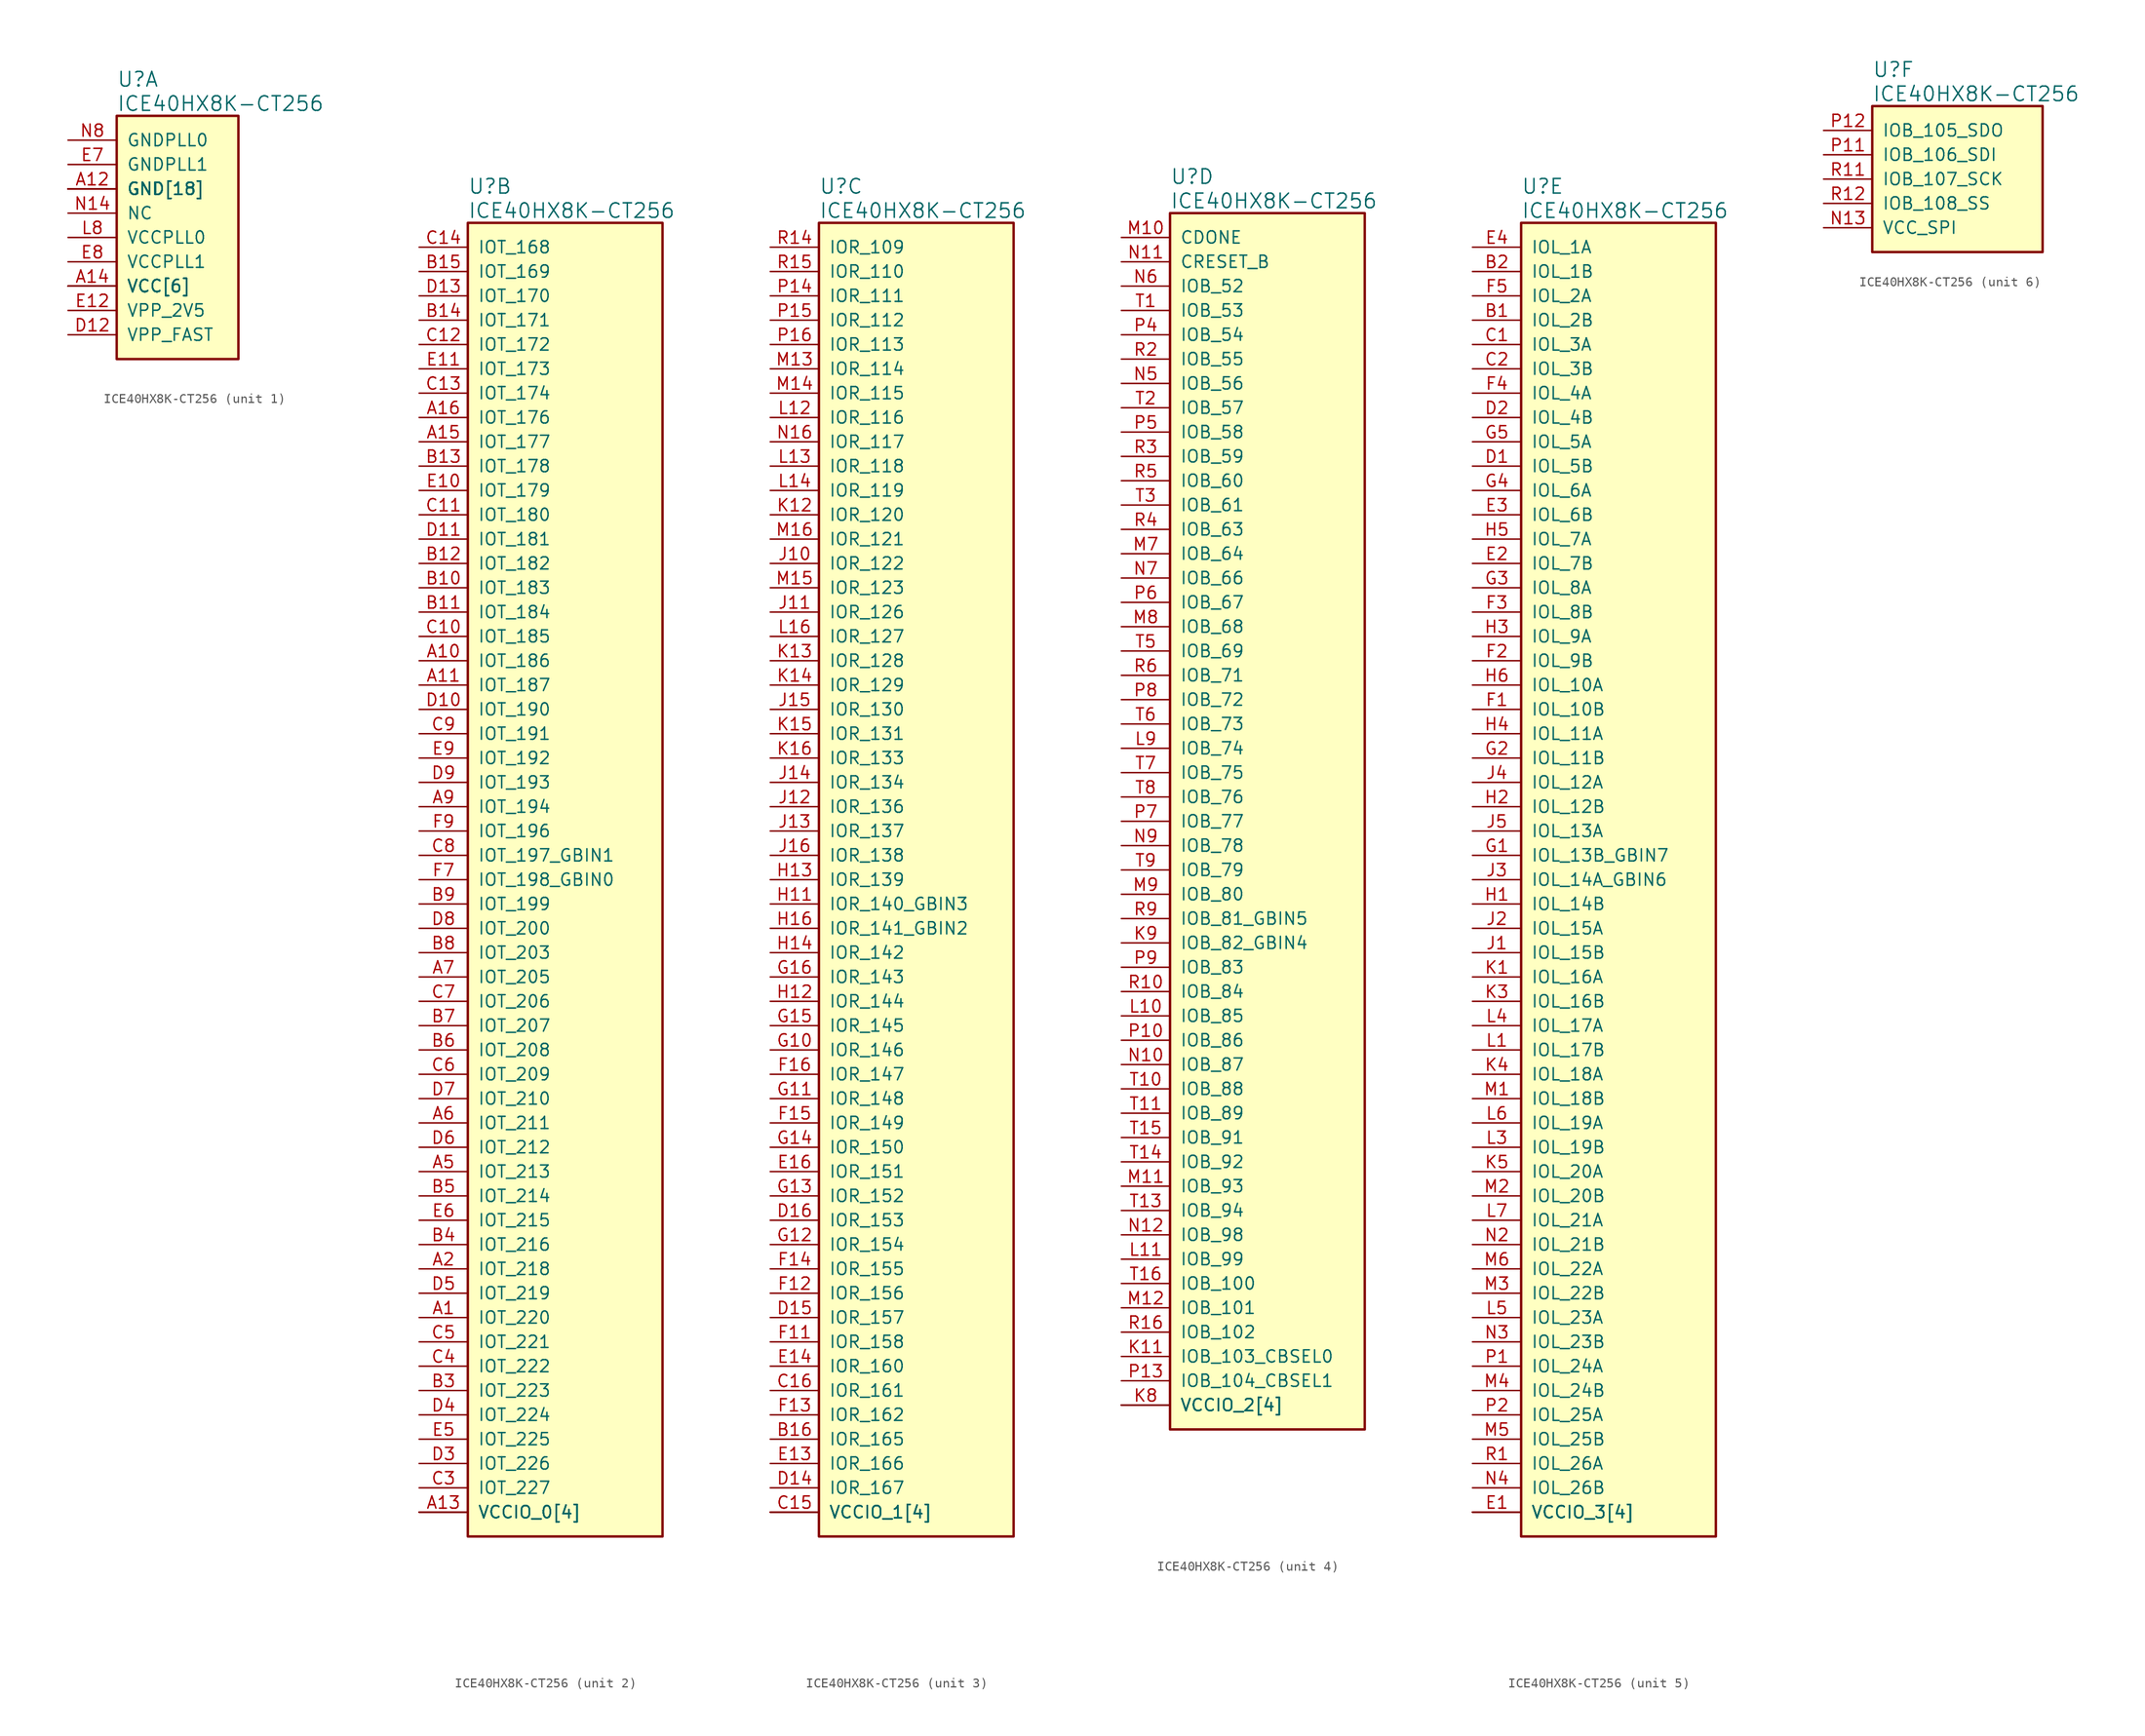
<source format=kicad_sym>
(kicad_symbol_lib
  (version 20231120)
  (generator "kicad_symbol_editor")
  (generator_version "8.0")
  (symbol "ICE40HX8K-CT256"
    (pin_names
      (offset 1.016))
    (property "Reference" "U"
      (at 5.08 6.35 0)
      (effects (font (size 1.524 1.524)) (justify left)))
    (property "Value" "ICE40HX8K-CT256"
      (at 5.08 3.81 0)
      (effects (font (size 1.524 1.524)) (justify left)))
    (property "ki_locked" ""
      (at 0 0 0)
      (effects (font (size 1.27 1.27))))
    (symbol "ICE40HX8K-CT256_1_1"
      (rectangle (start 5.08 2.54) (end 17.78 -22.86) (stroke (width 0.254) (type solid)) (fill (type background)))
      (pin power_in line (at 0 -5.08 0) (length 5.08) (name "GND[18]" (effects (font (size 1.27 1.27)))) (number "A12" (effects (font (size 1.27 1.27)))))
      (pin power_in line (at 0 -15.24 0) (length 5.08) (name "VCC[6]" (effects (font (size 1.27 1.27)))) (number "A14" (effects (font (size 1.27 1.27)))))
      (pin power_in line (at 0 -5.08 0) (length 5.08) (name "GND[18]" (effects (font (size 1.27 1.27)))) (number "A4" (effects (font (size 0 0)))))
      (pin power_in line (at 0 -20.32 0) (length 5.08) (name "VPP_FAST" (effects (font (size 1.27 1.27)))) (number "D12" (effects (font (size 1.27 1.27)))))
      (pin power_in line (at 0 -17.78 0) (length 5.08) (name "VPP_2V5" (effects (font (size 1.27 1.27)))) (number "E12" (effects (font (size 1.27 1.27)))))
      (pin power_in line (at 0 -5.08 0) (length 5.08) (name "GND[18]" (effects (font (size 1.27 1.27)))) (number "E15" (effects (font (size 0 0)))))
      (pin power_in line (at 0 -2.54 0) (length 5.08) (name "GNDPLL1" (effects (font (size 1.27 1.27)))) (number "E7" (effects (font (size 1.27 1.27)))))
      (pin power_in line (at 0 -12.7 0) (length 5.08) (name "VCCPLL1" (effects (font (size 1.27 1.27)))) (number "E8" (effects (font (size 1.27 1.27)))))
      (pin power_in line (at 0 -15.24 0) (length 5.08) (name "VCC[6]" (effects (font (size 1.27 1.27)))) (number "F10" (effects (font (size 0 0)))))
      (pin power_in line (at 0 -15.24 0) (length 5.08) (name "VCC[6]" (effects (font (size 1.27 1.27)))) (number "F6" (effects (font (size 0 0)))))
      (pin power_in line (at 0 -5.08 0) (length 5.08) (name "GND[18]" (effects (font (size 1.27 1.27)))) (number "G7" (effects (font (size 0 0)))))
      (pin power_in line (at 0 -5.08 0) (length 5.08) (name "GND[18]" (effects (font (size 1.27 1.27)))) (number "G8" (effects (font (size 0 0)))))
      (pin power_in line (at 0 -5.08 0) (length 5.08) (name "GND[18]" (effects (font (size 1.27 1.27)))) (number "G9" (effects (font (size 0 0)))))
      (pin power_in line (at 0 -5.08 0) (length 5.08) (name "GND[18]" (effects (font (size 1.27 1.27)))) (number "H7" (effects (font (size 0 0)))))
      (pin power_in line (at 0 -5.08 0) (length 5.08) (name "GND[18]" (effects (font (size 1.27 1.27)))) (number "H8" (effects (font (size 0 0)))))
      (pin power_in line (at 0 -5.08 0) (length 5.08) (name "GND[18]" (effects (font (size 1.27 1.27)))) (number "H9" (effects (font (size 0 0)))))
      (pin power_in line (at 0 -5.08 0) (length 5.08) (name "GND[18]" (effects (font (size 1.27 1.27)))) (number "J7" (effects (font (size 0 0)))))
      (pin power_in line (at 0 -5.08 0) (length 5.08) (name "GND[18]" (effects (font (size 1.27 1.27)))) (number "J8" (effects (font (size 0 0)))))
      (pin power_in line (at 0 -5.08 0) (length 5.08) (name "GND[18]" (effects (font (size 1.27 1.27)))) (number "J9" (effects (font (size 0 0)))))
      (pin power_in line (at 0 -15.24 0) (length 5.08) (name "VCC[6]" (effects (font (size 1.27 1.27)))) (number "K10" (effects (font (size 0 0)))))
      (pin power_in line (at 0 -5.08 0) (length 5.08) (name "GND[18]" (effects (font (size 1.27 1.27)))) (number "K2" (effects (font (size 0 0)))))
      (pin power_in line (at 0 -15.24 0) (length 5.08) (name "VCC[6]" (effects (font (size 1.27 1.27)))) (number "K6" (effects (font (size 0 0)))))
      (pin power_in line (at 0 -5.08 0) (length 5.08) (name "GND[18]" (effects (font (size 1.27 1.27)))) (number "K7" (effects (font (size 0 0)))))
      (pin power_in line (at 0 -5.08 0) (length 5.08) (name "GND[18]" (effects (font (size 1.27 1.27)))) (number "L15" (effects (font (size 0 0)))))
      (pin power_in line (at 0 -15.24 0) (length 5.08) (name "VCC[6]" (effects (font (size 1.27 1.27)))) (number "L2" (effects (font (size 0 0)))))
      (pin power_in line (at 0 -10.16 0) (length 5.08) (name "VCCPLL0" (effects (font (size 1.27 1.27)))) (number "L8" (effects (font (size 1.27 1.27)))))
      (pin passive line (at 0 -7.62 0) (length 5.08) (name "NC" (effects (font (size 1.27 1.27)))) (number "N14" (effects (font (size 1.27 1.27)))))
      (pin power_in line (at 0 0 0) (length 5.08) (name "GNDPLL0" (effects (font (size 1.27 1.27)))) (number "N8" (effects (font (size 1.27 1.27)))))
      (pin power_in line (at 0 -5.08 0) (length 5.08) (name "GND[18]" (effects (font (size 1.27 1.27)))) (number "R7" (effects (font (size 0 0)))))
      (pin power_in line (at 0 -5.08 0) (length 5.08) (name "GND[18]" (effects (font (size 1.27 1.27)))) (number "T12" (effects (font (size 0 0)))))
      (pin power_in line (at 0 -5.08 0) (length 5.08) (name "GND[18]" (effects (font (size 1.27 1.27)))) (number "T4" (effects (font (size 0 0))))))
    (symbol "ICE40HX8K-CT256_2_1"
      (rectangle (start 5.08 2.54) (end 25.4 -134.62) (stroke (width 0.254) (type solid)) (fill (type background)))
      (pin bidirectional line (at 0 -111.76 0) (length 5.08) (name "IOT_220" (effects (font (size 1.27 1.27)))) (number "A1" (effects (font (size 1.27 1.27)))))
      (pin bidirectional line (at 0 -43.18 0) (length 5.08) (name "IOT_186" (effects (font (size 1.27 1.27)))) (number "A10" (effects (font (size 1.27 1.27)))))
      (pin bidirectional line (at 0 -45.72 0) (length 5.08) (name "IOT_187" (effects (font (size 1.27 1.27)))) (number "A11" (effects (font (size 1.27 1.27)))))
      (pin power_in line (at 0 -132.08 0) (length 5.08) (name "VCCIO_0[4]" (effects (font (size 1.27 1.27)))) (number "A13" (effects (font (size 1.27 1.27)))))
      (pin bidirectional line (at 0 -20.32 0) (length 5.08) (name "IOT_177" (effects (font (size 1.27 1.27)))) (number "A15" (effects (font (size 1.27 1.27)))))
      (pin bidirectional line (at 0 -17.78 0) (length 5.08) (name "IOT_176" (effects (font (size 1.27 1.27)))) (number "A16" (effects (font (size 1.27 1.27)))))
      (pin bidirectional line (at 0 -106.68 0) (length 5.08) (name "IOT_218" (effects (font (size 1.27 1.27)))) (number "A2" (effects (font (size 1.27 1.27)))))
      (pin power_in line (at 0 -132.08 0) (length 5.08) (name "VCCIO_0[4]" (effects (font (size 1.27 1.27)))) (number "A3" (effects (font (size 0 0)))))
      (pin bidirectional line (at 0 -96.52 0) (length 5.08) (name "IOT_213" (effects (font (size 1.27 1.27)))) (number "A5" (effects (font (size 1.27 1.27)))))
      (pin bidirectional line (at 0 -91.44 0) (length 5.08) (name "IOT_211" (effects (font (size 1.27 1.27)))) (number "A6" (effects (font (size 1.27 1.27)))))
      (pin bidirectional line (at 0 -76.2 0) (length 5.08) (name "IOT_205" (effects (font (size 1.27 1.27)))) (number "A7" (effects (font (size 1.27 1.27)))))
      (pin power_in line (at 0 -132.08 0) (length 5.08) (name "VCCIO_0[4]" (effects (font (size 1.27 1.27)))) (number "A8" (effects (font (size 0 0)))))
      (pin bidirectional line (at 0 -58.42 0) (length 5.08) (name "IOT_194" (effects (font (size 1.27 1.27)))) (number "A9" (effects (font (size 1.27 1.27)))))
      (pin bidirectional line (at 0 -35.56 0) (length 5.08) (name "IOT_183" (effects (font (size 1.27 1.27)))) (number "B10" (effects (font (size 1.27 1.27)))))
      (pin bidirectional line (at 0 -38.1 0) (length 5.08) (name "IOT_184" (effects (font (size 1.27 1.27)))) (number "B11" (effects (font (size 1.27 1.27)))))
      (pin bidirectional line (at 0 -33.02 0) (length 5.08) (name "IOT_182" (effects (font (size 1.27 1.27)))) (number "B12" (effects (font (size 1.27 1.27)))))
      (pin bidirectional line (at 0 -22.86 0) (length 5.08) (name "IOT_178" (effects (font (size 1.27 1.27)))) (number "B13" (effects (font (size 1.27 1.27)))))
      (pin bidirectional line (at 0 -7.62 0) (length 5.08) (name "IOT_171" (effects (font (size 1.27 1.27)))) (number "B14" (effects (font (size 1.27 1.27)))))
      (pin bidirectional line (at 0 -2.54 0) (length 5.08) (name "IOT_169" (effects (font (size 1.27 1.27)))) (number "B15" (effects (font (size 1.27 1.27)))))
      (pin bidirectional line (at 0 -119.38 0) (length 5.08) (name "IOT_223" (effects (font (size 1.27 1.27)))) (number "B3" (effects (font (size 1.27 1.27)))))
      (pin bidirectional line (at 0 -104.14 0) (length 5.08) (name "IOT_216" (effects (font (size 1.27 1.27)))) (number "B4" (effects (font (size 1.27 1.27)))))
      (pin bidirectional line (at 0 -99.06 0) (length 5.08) (name "IOT_214" (effects (font (size 1.27 1.27)))) (number "B5" (effects (font (size 1.27 1.27)))))
      (pin bidirectional line (at 0 -83.82 0) (length 5.08) (name "IOT_208" (effects (font (size 1.27 1.27)))) (number "B6" (effects (font (size 1.27 1.27)))))
      (pin bidirectional line (at 0 -81.28 0) (length 5.08) (name "IOT_207" (effects (font (size 1.27 1.27)))) (number "B7" (effects (font (size 1.27 1.27)))))
      (pin bidirectional line (at 0 -73.66 0) (length 5.08) (name "IOT_203" (effects (font (size 1.27 1.27)))) (number "B8" (effects (font (size 1.27 1.27)))))
      (pin bidirectional line (at 0 -68.58 0) (length 5.08) (name "IOT_199" (effects (font (size 1.27 1.27)))) (number "B9" (effects (font (size 1.27 1.27)))))
      (pin bidirectional line (at 0 -40.64 0) (length 5.08) (name "IOT_185" (effects (font (size 1.27 1.27)))) (number "C10" (effects (font (size 1.27 1.27)))))
      (pin bidirectional line (at 0 -27.94 0) (length 5.08) (name "IOT_180" (effects (font (size 1.27 1.27)))) (number "C11" (effects (font (size 1.27 1.27)))))
      (pin bidirectional line (at 0 -10.16 0) (length 5.08) (name "IOT_172" (effects (font (size 1.27 1.27)))) (number "C12" (effects (font (size 1.27 1.27)))))
      (pin bidirectional line (at 0 -15.24 0) (length 5.08) (name "IOT_174" (effects (font (size 1.27 1.27)))) (number "C13" (effects (font (size 1.27 1.27)))))
      (pin bidirectional line (at 0 0 0) (length 5.08) (name "IOT_168" (effects (font (size 1.27 1.27)))) (number "C14" (effects (font (size 1.27 1.27)))))
      (pin bidirectional line (at 0 -129.54 0) (length 5.08) (name "IOT_227" (effects (font (size 1.27 1.27)))) (number "C3" (effects (font (size 1.27 1.27)))))
      (pin bidirectional line (at 0 -116.84 0) (length 5.08) (name "IOT_222" (effects (font (size 1.27 1.27)))) (number "C4" (effects (font (size 1.27 1.27)))))
      (pin bidirectional line (at 0 -114.3 0) (length 5.08) (name "IOT_221" (effects (font (size 1.27 1.27)))) (number "C5" (effects (font (size 1.27 1.27)))))
      (pin bidirectional line (at 0 -86.36 0) (length 5.08) (name "IOT_209" (effects (font (size 1.27 1.27)))) (number "C6" (effects (font (size 1.27 1.27)))))
      (pin bidirectional line (at 0 -78.74 0) (length 5.08) (name "IOT_206" (effects (font (size 1.27 1.27)))) (number "C7" (effects (font (size 1.27 1.27)))))
      (pin bidirectional line (at 0 -63.5 0) (length 5.08) (name "IOT_197_GBIN1" (effects (font (size 1.27 1.27)))) (number "C8" (effects (font (size 1.27 1.27)))))
      (pin bidirectional line (at 0 -50.8 0) (length 5.08) (name "IOT_191" (effects (font (size 1.27 1.27)))) (number "C9" (effects (font (size 1.27 1.27)))))
      (pin bidirectional line (at 0 -48.26 0) (length 5.08) (name "IOT_190" (effects (font (size 1.27 1.27)))) (number "D10" (effects (font (size 1.27 1.27)))))
      (pin bidirectional line (at 0 -30.48 0) (length 5.08) (name "IOT_181" (effects (font (size 1.27 1.27)))) (number "D11" (effects (font (size 1.27 1.27)))))
      (pin bidirectional line (at 0 -5.08 0) (length 5.08) (name "IOT_170" (effects (font (size 1.27 1.27)))) (number "D13" (effects (font (size 1.27 1.27)))))
      (pin bidirectional line (at 0 -127 0) (length 5.08) (name "IOT_226" (effects (font (size 1.27 1.27)))) (number "D3" (effects (font (size 1.27 1.27)))))
      (pin bidirectional line (at 0 -121.92 0) (length 5.08) (name "IOT_224" (effects (font (size 1.27 1.27)))) (number "D4" (effects (font (size 1.27 1.27)))))
      (pin bidirectional line (at 0 -109.22 0) (length 5.08) (name "IOT_219" (effects (font (size 1.27 1.27)))) (number "D5" (effects (font (size 1.27 1.27)))))
      (pin bidirectional line (at 0 -93.98 0) (length 5.08) (name "IOT_212" (effects (font (size 1.27 1.27)))) (number "D6" (effects (font (size 1.27 1.27)))))
      (pin bidirectional line (at 0 -88.9 0) (length 5.08) (name "IOT_210" (effects (font (size 1.27 1.27)))) (number "D7" (effects (font (size 1.27 1.27)))))
      (pin bidirectional line (at 0 -71.12 0) (length 5.08) (name "IOT_200" (effects (font (size 1.27 1.27)))) (number "D8" (effects (font (size 1.27 1.27)))))
      (pin bidirectional line (at 0 -55.88 0) (length 5.08) (name "IOT_193" (effects (font (size 1.27 1.27)))) (number "D9" (effects (font (size 1.27 1.27)))))
      (pin bidirectional line (at 0 -25.4 0) (length 5.08) (name "IOT_179" (effects (font (size 1.27 1.27)))) (number "E10" (effects (font (size 1.27 1.27)))))
      (pin bidirectional line (at 0 -12.7 0) (length 5.08) (name "IOT_173" (effects (font (size 1.27 1.27)))) (number "E11" (effects (font (size 1.27 1.27)))))
      (pin bidirectional line (at 0 -124.46 0) (length 5.08) (name "IOT_225" (effects (font (size 1.27 1.27)))) (number "E5" (effects (font (size 1.27 1.27)))))
      (pin bidirectional line (at 0 -101.6 0) (length 5.08) (name "IOT_215" (effects (font (size 1.27 1.27)))) (number "E6" (effects (font (size 1.27 1.27)))))
      (pin bidirectional line (at 0 -53.34 0) (length 5.08) (name "IOT_192" (effects (font (size 1.27 1.27)))) (number "E9" (effects (font (size 1.27 1.27)))))
      (pin bidirectional line (at 0 -66.04 0) (length 5.08) (name "IOT_198_GBIN0" (effects (font (size 1.27 1.27)))) (number "F7" (effects (font (size 1.27 1.27)))))
      (pin power_in line (at 0 -132.08 0) (length 5.08) (name "VCCIO_0[4]" (effects (font (size 1.27 1.27)))) (number "F8" (effects (font (size 0 0)))))
      (pin bidirectional line (at 0 -60.96 0) (length 5.08) (name "IOT_196" (effects (font (size 1.27 1.27)))) (number "F9" (effects (font (size 1.27 1.27))))))
    (symbol "ICE40HX8K-CT256_3_1"
      (rectangle (start 5.08 2.54) (end 25.4 -134.62) (stroke (width 0.254) (type solid)) (fill (type background)))
      (pin bidirectional line (at 0 -124.46 0) (length 5.08) (name "IOR_165" (effects (font (size 1.27 1.27)))) (number "B16" (effects (font (size 1.27 1.27)))))
      (pin power_in line (at 0 -132.08 0) (length 5.08) (name "VCCIO_1[4]" (effects (font (size 1.27 1.27)))) (number "C15" (effects (font (size 1.27 1.27)))))
      (pin bidirectional line (at 0 -119.38 0) (length 5.08) (name "IOR_161" (effects (font (size 1.27 1.27)))) (number "C16" (effects (font (size 1.27 1.27)))))
      (pin bidirectional line (at 0 -129.54 0) (length 5.08) (name "IOR_167" (effects (font (size 1.27 1.27)))) (number "D14" (effects (font (size 1.27 1.27)))))
      (pin bidirectional line (at 0 -111.76 0) (length 5.08) (name "IOR_157" (effects (font (size 1.27 1.27)))) (number "D15" (effects (font (size 1.27 1.27)))))
      (pin bidirectional line (at 0 -101.6 0) (length 5.08) (name "IOR_153" (effects (font (size 1.27 1.27)))) (number "D16" (effects (font (size 1.27 1.27)))))
      (pin bidirectional line (at 0 -127 0) (length 5.08) (name "IOR_166" (effects (font (size 1.27 1.27)))) (number "E13" (effects (font (size 1.27 1.27)))))
      (pin bidirectional line (at 0 -116.84 0) (length 5.08) (name "IOR_160" (effects (font (size 1.27 1.27)))) (number "E14" (effects (font (size 1.27 1.27)))))
      (pin bidirectional line (at 0 -96.52 0) (length 5.08) (name "IOR_151" (effects (font (size 1.27 1.27)))) (number "E16" (effects (font (size 1.27 1.27)))))
      (pin bidirectional line (at 0 -114.3 0) (length 5.08) (name "IOR_158" (effects (font (size 1.27 1.27)))) (number "F11" (effects (font (size 1.27 1.27)))))
      (pin bidirectional line (at 0 -109.22 0) (length 5.08) (name "IOR_156" (effects (font (size 1.27 1.27)))) (number "F12" (effects (font (size 1.27 1.27)))))
      (pin bidirectional line (at 0 -121.92 0) (length 5.08) (name "IOR_162" (effects (font (size 1.27 1.27)))) (number "F13" (effects (font (size 1.27 1.27)))))
      (pin bidirectional line (at 0 -106.68 0) (length 5.08) (name "IOR_155" (effects (font (size 1.27 1.27)))) (number "F14" (effects (font (size 1.27 1.27)))))
      (pin bidirectional line (at 0 -91.44 0) (length 5.08) (name "IOR_149" (effects (font (size 1.27 1.27)))) (number "F15" (effects (font (size 1.27 1.27)))))
      (pin bidirectional line (at 0 -86.36 0) (length 5.08) (name "IOR_147" (effects (font (size 1.27 1.27)))) (number "F16" (effects (font (size 1.27 1.27)))))
      (pin bidirectional line (at 0 -83.82 0) (length 5.08) (name "IOR_146" (effects (font (size 1.27 1.27)))) (number "G10" (effects (font (size 1.27 1.27)))))
      (pin bidirectional line (at 0 -88.9 0) (length 5.08) (name "IOR_148" (effects (font (size 1.27 1.27)))) (number "G11" (effects (font (size 1.27 1.27)))))
      (pin bidirectional line (at 0 -104.14 0) (length 5.08) (name "IOR_154" (effects (font (size 1.27 1.27)))) (number "G12" (effects (font (size 1.27 1.27)))))
      (pin bidirectional line (at 0 -99.06 0) (length 5.08) (name "IOR_152" (effects (font (size 1.27 1.27)))) (number "G13" (effects (font (size 1.27 1.27)))))
      (pin bidirectional line (at 0 -93.98 0) (length 5.08) (name "IOR_150" (effects (font (size 1.27 1.27)))) (number "G14" (effects (font (size 1.27 1.27)))))
      (pin bidirectional line (at 0 -81.28 0) (length 5.08) (name "IOR_145" (effects (font (size 1.27 1.27)))) (number "G15" (effects (font (size 1.27 1.27)))))
      (pin bidirectional line (at 0 -76.2 0) (length 5.08) (name "IOR_143" (effects (font (size 1.27 1.27)))) (number "G16" (effects (font (size 1.27 1.27)))))
      (pin power_in line (at 0 -132.08 0) (length 5.08) (name "VCCIO_1[4]" (effects (font (size 1.27 1.27)))) (number "H10" (effects (font (size 0 0)))))
      (pin bidirectional line (at 0 -68.58 0) (length 5.08) (name "IOR_140_GBIN3" (effects (font (size 1.27 1.27)))) (number "H11" (effects (font (size 1.27 1.27)))))
      (pin bidirectional line (at 0 -78.74 0) (length 5.08) (name "IOR_144" (effects (font (size 1.27 1.27)))) (number "H12" (effects (font (size 1.27 1.27)))))
      (pin bidirectional line (at 0 -66.04 0) (length 5.08) (name "IOR_139" (effects (font (size 1.27 1.27)))) (number "H13" (effects (font (size 1.27 1.27)))))
      (pin bidirectional line (at 0 -73.66 0) (length 5.08) (name "IOR_142" (effects (font (size 1.27 1.27)))) (number "H14" (effects (font (size 1.27 1.27)))))
      (pin power_in line (at 0 -132.08 0) (length 5.08) (name "VCCIO_1[4]" (effects (font (size 1.27 1.27)))) (number "H15" (effects (font (size 0 0)))))
      (pin bidirectional line (at 0 -71.12 0) (length 5.08) (name "IOR_141_GBIN2" (effects (font (size 1.27 1.27)))) (number "H16" (effects (font (size 1.27 1.27)))))
      (pin bidirectional line (at 0 -33.02 0) (length 5.08) (name "IOR_122" (effects (font (size 1.27 1.27)))) (number "J10" (effects (font (size 1.27 1.27)))))
      (pin bidirectional line (at 0 -38.1 0) (length 5.08) (name "IOR_126" (effects (font (size 1.27 1.27)))) (number "J11" (effects (font (size 1.27 1.27)))))
      (pin bidirectional line (at 0 -58.42 0) (length 5.08) (name "IOR_136" (effects (font (size 1.27 1.27)))) (number "J12" (effects (font (size 1.27 1.27)))))
      (pin bidirectional line (at 0 -60.96 0) (length 5.08) (name "IOR_137" (effects (font (size 1.27 1.27)))) (number "J13" (effects (font (size 1.27 1.27)))))
      (pin bidirectional line (at 0 -55.88 0) (length 5.08) (name "IOR_134" (effects (font (size 1.27 1.27)))) (number "J14" (effects (font (size 1.27 1.27)))))
      (pin bidirectional line (at 0 -48.26 0) (length 5.08) (name "IOR_130" (effects (font (size 1.27 1.27)))) (number "J15" (effects (font (size 1.27 1.27)))))
      (pin bidirectional line (at 0 -63.5 0) (length 5.08) (name "IOR_138" (effects (font (size 1.27 1.27)))) (number "J16" (effects (font (size 1.27 1.27)))))
      (pin bidirectional line (at 0 -27.94 0) (length 5.08) (name "IOR_120" (effects (font (size 1.27 1.27)))) (number "K12" (effects (font (size 1.27 1.27)))))
      (pin bidirectional line (at 0 -43.18 0) (length 5.08) (name "IOR_128" (effects (font (size 1.27 1.27)))) (number "K13" (effects (font (size 1.27 1.27)))))
      (pin bidirectional line (at 0 -45.72 0) (length 5.08) (name "IOR_129" (effects (font (size 1.27 1.27)))) (number "K14" (effects (font (size 1.27 1.27)))))
      (pin bidirectional line (at 0 -50.8 0) (length 5.08) (name "IOR_131" (effects (font (size 1.27 1.27)))) (number "K15" (effects (font (size 1.27 1.27)))))
      (pin bidirectional line (at 0 -53.34 0) (length 5.08) (name "IOR_133" (effects (font (size 1.27 1.27)))) (number "K16" (effects (font (size 1.27 1.27)))))
      (pin bidirectional line (at 0 -17.78 0) (length 5.08) (name "IOR_116" (effects (font (size 1.27 1.27)))) (number "L12" (effects (font (size 1.27 1.27)))))
      (pin bidirectional line (at 0 -22.86 0) (length 5.08) (name "IOR_118" (effects (font (size 1.27 1.27)))) (number "L13" (effects (font (size 1.27 1.27)))))
      (pin bidirectional line (at 0 -25.4 0) (length 5.08) (name "IOR_119" (effects (font (size 1.27 1.27)))) (number "L14" (effects (font (size 1.27 1.27)))))
      (pin bidirectional line (at 0 -40.64 0) (length 5.08) (name "IOR_127" (effects (font (size 1.27 1.27)))) (number "L16" (effects (font (size 1.27 1.27)))))
      (pin bidirectional line (at 0 -12.7 0) (length 5.08) (name "IOR_114" (effects (font (size 1.27 1.27)))) (number "M13" (effects (font (size 1.27 1.27)))))
      (pin bidirectional line (at 0 -15.24 0) (length 5.08) (name "IOR_115" (effects (font (size 1.27 1.27)))) (number "M14" (effects (font (size 1.27 1.27)))))
      (pin bidirectional line (at 0 -35.56 0) (length 5.08) (name "IOR_123" (effects (font (size 1.27 1.27)))) (number "M15" (effects (font (size 1.27 1.27)))))
      (pin bidirectional line (at 0 -30.48 0) (length 5.08) (name "IOR_121" (effects (font (size 1.27 1.27)))) (number "M16" (effects (font (size 1.27 1.27)))))
      (pin power_in line (at 0 -132.08 0) (length 5.08) (name "VCCIO_1[4]" (effects (font (size 1.27 1.27)))) (number "N15" (effects (font (size 0 0)))))
      (pin bidirectional line (at 0 -20.32 0) (length 5.08) (name "IOR_117" (effects (font (size 1.27 1.27)))) (number "N16" (effects (font (size 1.27 1.27)))))
      (pin bidirectional line (at 0 -5.08 0) (length 5.08) (name "IOR_111" (effects (font (size 1.27 1.27)))) (number "P14" (effects (font (size 1.27 1.27)))))
      (pin bidirectional line (at 0 -7.62 0) (length 5.08) (name "IOR_112" (effects (font (size 1.27 1.27)))) (number "P15" (effects (font (size 1.27 1.27)))))
      (pin bidirectional line (at 0 -10.16 0) (length 5.08) (name "IOR_113" (effects (font (size 1.27 1.27)))) (number "P16" (effects (font (size 1.27 1.27)))))
      (pin bidirectional line (at 0 0 0) (length 5.08) (name "IOR_109" (effects (font (size 1.27 1.27)))) (number "R14" (effects (font (size 1.27 1.27)))))
      (pin bidirectional line (at 0 -2.54 0) (length 5.08) (name "IOR_110" (effects (font (size 1.27 1.27)))) (number "R15" (effects (font (size 1.27 1.27))))))
    (symbol "ICE40HX8K-CT256_4_1"
      (rectangle (start 5.08 2.54) (end 25.4 -124.46) (stroke (width 0.254) (type solid)) (fill (type background)))
      (pin bidirectional line (at 0 -116.84 0) (length 5.08) (name "IOB_103_CBSEL0" (effects (font (size 1.27 1.27)))) (number "K11" (effects (font (size 1.27 1.27)))))
      (pin power_in line (at 0 -121.92 0) (length 5.08) (name "VCCIO_2[4]" (effects (font (size 1.27 1.27)))) (number "K8" (effects (font (size 1.27 1.27)))))
      (pin bidirectional line (at 0 -73.66 0) (length 5.08) (name "IOB_82_GBIN4" (effects (font (size 1.27 1.27)))) (number "K9" (effects (font (size 1.27 1.27)))))
      (pin bidirectional line (at 0 -81.28 0) (length 5.08) (name "IOB_85" (effects (font (size 1.27 1.27)))) (number "L10" (effects (font (size 1.27 1.27)))))
      (pin bidirectional line (at 0 -106.68 0) (length 5.08) (name "IOB_99" (effects (font (size 1.27 1.27)))) (number "L11" (effects (font (size 1.27 1.27)))))
      (pin bidirectional line (at 0 -53.34 0) (length 5.08) (name "IOB_74" (effects (font (size 1.27 1.27)))) (number "L9" (effects (font (size 1.27 1.27)))))
      (pin output line (at 0 0 0) (length 5.08) (name "CDONE" (effects (font (size 1.27 1.27)))) (number "M10" (effects (font (size 1.27 1.27)))))
      (pin bidirectional line (at 0 -99.06 0) (length 5.08) (name "IOB_93" (effects (font (size 1.27 1.27)))) (number "M11" (effects (font (size 1.27 1.27)))))
      (pin bidirectional line (at 0 -111.76 0) (length 5.08) (name "IOB_101" (effects (font (size 1.27 1.27)))) (number "M12" (effects (font (size 1.27 1.27)))))
      (pin bidirectional line (at 0 -33.02 0) (length 5.08) (name "IOB_64" (effects (font (size 1.27 1.27)))) (number "M7" (effects (font (size 1.27 1.27)))))
      (pin bidirectional line (at 0 -40.64 0) (length 5.08) (name "IOB_68" (effects (font (size 1.27 1.27)))) (number "M8" (effects (font (size 1.27 1.27)))))
      (pin bidirectional line (at 0 -68.58 0) (length 5.08) (name "IOB_80" (effects (font (size 1.27 1.27)))) (number "M9" (effects (font (size 1.27 1.27)))))
      (pin bidirectional line (at 0 -86.36 0) (length 5.08) (name "IOB_87" (effects (font (size 1.27 1.27)))) (number "N10" (effects (font (size 1.27 1.27)))))
      (pin input line (at 0 -2.54 0) (length 5.08) (name "CRESET_B" (effects (font (size 1.27 1.27)))) (number "N11" (effects (font (size 1.27 1.27)))))
      (pin bidirectional line (at 0 -104.14 0) (length 5.08) (name "IOB_98" (effects (font (size 1.27 1.27)))) (number "N12" (effects (font (size 1.27 1.27)))))
      (pin bidirectional line (at 0 -15.24 0) (length 5.08) (name "IOB_56" (effects (font (size 1.27 1.27)))) (number "N5" (effects (font (size 1.27 1.27)))))
      (pin bidirectional line (at 0 -5.08 0) (length 5.08) (name "IOB_52" (effects (font (size 1.27 1.27)))) (number "N6" (effects (font (size 1.27 1.27)))))
      (pin bidirectional line (at 0 -35.56 0) (length 5.08) (name "IOB_66" (effects (font (size 1.27 1.27)))) (number "N7" (effects (font (size 1.27 1.27)))))
      (pin bidirectional line (at 0 -63.5 0) (length 5.08) (name "IOB_78" (effects (font (size 1.27 1.27)))) (number "N9" (effects (font (size 1.27 1.27)))))
      (pin bidirectional line (at 0 -83.82 0) (length 5.08) (name "IOB_86" (effects (font (size 1.27 1.27)))) (number "P10" (effects (font (size 1.27 1.27)))))
      (pin bidirectional line (at 0 -119.38 0) (length 5.08) (name "IOB_104_CBSEL1" (effects (font (size 1.27 1.27)))) (number "P13" (effects (font (size 1.27 1.27)))))
      (pin power_in line (at 0 -121.92 0) (length 5.08) (name "VCCIO_2[4]" (effects (font (size 1.27 1.27)))) (number "P3" (effects (font (size 0 0)))))
      (pin bidirectional line (at 0 -10.16 0) (length 5.08) (name "IOB_54" (effects (font (size 1.27 1.27)))) (number "P4" (effects (font (size 1.27 1.27)))))
      (pin bidirectional line (at 0 -20.32 0) (length 5.08) (name "IOB_58" (effects (font (size 1.27 1.27)))) (number "P5" (effects (font (size 1.27 1.27)))))
      (pin bidirectional line (at 0 -38.1 0) (length 5.08) (name "IOB_67" (effects (font (size 1.27 1.27)))) (number "P6" (effects (font (size 1.27 1.27)))))
      (pin bidirectional line (at 0 -60.96 0) (length 5.08) (name "IOB_77" (effects (font (size 1.27 1.27)))) (number "P7" (effects (font (size 1.27 1.27)))))
      (pin bidirectional line (at 0 -48.26 0) (length 5.08) (name "IOB_72" (effects (font (size 1.27 1.27)))) (number "P8" (effects (font (size 1.27 1.27)))))
      (pin bidirectional line (at 0 -76.2 0) (length 5.08) (name "IOB_83" (effects (font (size 1.27 1.27)))) (number "P9" (effects (font (size 1.27 1.27)))))
      (pin bidirectional line (at 0 -78.74 0) (length 5.08) (name "IOB_84" (effects (font (size 1.27 1.27)))) (number "R10" (effects (font (size 1.27 1.27)))))
      (pin power_in line (at 0 -121.92 0) (length 5.08) (name "VCCIO_2[4]" (effects (font (size 1.27 1.27)))) (number "R13" (effects (font (size 0 0)))))
      (pin bidirectional line (at 0 -114.3 0) (length 5.08) (name "IOB_102" (effects (font (size 1.27 1.27)))) (number "R16" (effects (font (size 1.27 1.27)))))
      (pin bidirectional line (at 0 -12.7 0) (length 5.08) (name "IOB_55" (effects (font (size 1.27 1.27)))) (number "R2" (effects (font (size 1.27 1.27)))))
      (pin bidirectional line (at 0 -22.86 0) (length 5.08) (name "IOB_59" (effects (font (size 1.27 1.27)))) (number "R3" (effects (font (size 1.27 1.27)))))
      (pin bidirectional line (at 0 -30.48 0) (length 5.08) (name "IOB_63" (effects (font (size 1.27 1.27)))) (number "R4" (effects (font (size 1.27 1.27)))))
      (pin bidirectional line (at 0 -25.4 0) (length 5.08) (name "IOB_60" (effects (font (size 1.27 1.27)))) (number "R5" (effects (font (size 1.27 1.27)))))
      (pin bidirectional line (at 0 -45.72 0) (length 5.08) (name "IOB_71" (effects (font (size 1.27 1.27)))) (number "R6" (effects (font (size 1.27 1.27)))))
      (pin power_in line (at 0 -121.92 0) (length 5.08) (name "VCCIO_2[4]" (effects (font (size 1.27 1.27)))) (number "R8" (effects (font (size 0 0)))))
      (pin bidirectional line (at 0 -71.12 0) (length 5.08) (name "IOB_81_GBIN5" (effects (font (size 1.27 1.27)))) (number "R9" (effects (font (size 1.27 1.27)))))
      (pin bidirectional line (at 0 -7.62 0) (length 5.08) (name "IOB_53" (effects (font (size 1.27 1.27)))) (number "T1" (effects (font (size 1.27 1.27)))))
      (pin bidirectional line (at 0 -88.9 0) (length 5.08) (name "IOB_88" (effects (font (size 1.27 1.27)))) (number "T10" (effects (font (size 1.27 1.27)))))
      (pin bidirectional line (at 0 -91.44 0) (length 5.08) (name "IOB_89" (effects (font (size 1.27 1.27)))) (number "T11" (effects (font (size 1.27 1.27)))))
      (pin bidirectional line (at 0 -101.6 0) (length 5.08) (name "IOB_94" (effects (font (size 1.27 1.27)))) (number "T13" (effects (font (size 1.27 1.27)))))
      (pin bidirectional line (at 0 -96.52 0) (length 5.08) (name "IOB_92" (effects (font (size 1.27 1.27)))) (number "T14" (effects (font (size 1.27 1.27)))))
      (pin bidirectional line (at 0 -93.98 0) (length 5.08) (name "IOB_91" (effects (font (size 1.27 1.27)))) (number "T15" (effects (font (size 1.27 1.27)))))
      (pin bidirectional line (at 0 -109.22 0) (length 5.08) (name "IOB_100" (effects (font (size 1.27 1.27)))) (number "T16" (effects (font (size 1.27 1.27)))))
      (pin bidirectional line (at 0 -17.78 0) (length 5.08) (name "IOB_57" (effects (font (size 1.27 1.27)))) (number "T2" (effects (font (size 1.27 1.27)))))
      (pin bidirectional line (at 0 -27.94 0) (length 5.08) (name "IOB_61" (effects (font (size 1.27 1.27)))) (number "T3" (effects (font (size 1.27 1.27)))))
      (pin bidirectional line (at 0 -43.18 0) (length 5.08) (name "IOB_69" (effects (font (size 1.27 1.27)))) (number "T5" (effects (font (size 1.27 1.27)))))
      (pin bidirectional line (at 0 -50.8 0) (length 5.08) (name "IOB_73" (effects (font (size 1.27 1.27)))) (number "T6" (effects (font (size 1.27 1.27)))))
      (pin bidirectional line (at 0 -55.88 0) (length 5.08) (name "IOB_75" (effects (font (size 1.27 1.27)))) (number "T7" (effects (font (size 1.27 1.27)))))
      (pin bidirectional line (at 0 -58.42 0) (length 5.08) (name "IOB_76" (effects (font (size 1.27 1.27)))) (number "T8" (effects (font (size 1.27 1.27)))))
      (pin bidirectional line (at 0 -66.04 0) (length 5.08) (name "IOB_79" (effects (font (size 1.27 1.27)))) (number "T9" (effects (font (size 1.27 1.27))))))
    (symbol "ICE40HX8K-CT256_5_1"
      (rectangle (start 5.08 2.54) (end 25.4 -134.62) (stroke (width 0.254) (type solid)) (fill (type background)))
      (pin bidirectional line (at 0 -7.62 0) (length 5.08) (name "IOL_2B" (effects (font (size 1.27 1.27)))) (number "B1" (effects (font (size 1.27 1.27)))))
      (pin bidirectional line (at 0 -2.54 0) (length 5.08) (name "IOL_1B" (effects (font (size 1.27 1.27)))) (number "B2" (effects (font (size 1.27 1.27)))))
      (pin bidirectional line (at 0 -10.16 0) (length 5.08) (name "IOL_3A" (effects (font (size 1.27 1.27)))) (number "C1" (effects (font (size 1.27 1.27)))))
      (pin bidirectional line (at 0 -12.7 0) (length 5.08) (name "IOL_3B" (effects (font (size 1.27 1.27)))) (number "C2" (effects (font (size 1.27 1.27)))))
      (pin bidirectional line (at 0 -22.86 0) (length 5.08) (name "IOL_5B" (effects (font (size 1.27 1.27)))) (number "D1" (effects (font (size 1.27 1.27)))))
      (pin bidirectional line (at 0 -17.78 0) (length 5.08) (name "IOL_4B" (effects (font (size 1.27 1.27)))) (number "D2" (effects (font (size 1.27 1.27)))))
      (pin power_in line (at 0 -132.08 0) (length 5.08) (name "VCCIO_3[4]" (effects (font (size 1.27 1.27)))) (number "E1" (effects (font (size 1.27 1.27)))))
      (pin bidirectional line (at 0 -33.02 0) (length 5.08) (name "IOL_7B" (effects (font (size 1.27 1.27)))) (number "E2" (effects (font (size 1.27 1.27)))))
      (pin bidirectional line (at 0 -27.94 0) (length 5.08) (name "IOL_6B" (effects (font (size 1.27 1.27)))) (number "E3" (effects (font (size 1.27 1.27)))))
      (pin bidirectional line (at 0 0 0) (length 5.08) (name "IOL_1A" (effects (font (size 1.27 1.27)))) (number "E4" (effects (font (size 1.27 1.27)))))
      (pin bidirectional line (at 0 -48.26 0) (length 5.08) (name "IOL_10B" (effects (font (size 1.27 1.27)))) (number "F1" (effects (font (size 1.27 1.27)))))
      (pin bidirectional line (at 0 -43.18 0) (length 5.08) (name "IOL_9B" (effects (font (size 1.27 1.27)))) (number "F2" (effects (font (size 1.27 1.27)))))
      (pin bidirectional line (at 0 -38.1 0) (length 5.08) (name "IOL_8B" (effects (font (size 1.27 1.27)))) (number "F3" (effects (font (size 1.27 1.27)))))
      (pin bidirectional line (at 0 -15.24 0) (length 5.08) (name "IOL_4A" (effects (font (size 1.27 1.27)))) (number "F4" (effects (font (size 1.27 1.27)))))
      (pin bidirectional line (at 0 -5.08 0) (length 5.08) (name "IOL_2A" (effects (font (size 1.27 1.27)))) (number "F5" (effects (font (size 1.27 1.27)))))
      (pin bidirectional line (at 0 -63.5 0) (length 5.08) (name "IOL_13B_GBIN7" (effects (font (size 1.27 1.27)))) (number "G1" (effects (font (size 1.27 1.27)))))
      (pin bidirectional line (at 0 -53.34 0) (length 5.08) (name "IOL_11B" (effects (font (size 1.27 1.27)))) (number "G2" (effects (font (size 1.27 1.27)))))
      (pin bidirectional line (at 0 -35.56 0) (length 5.08) (name "IOL_8A" (effects (font (size 1.27 1.27)))) (number "G3" (effects (font (size 1.27 1.27)))))
      (pin bidirectional line (at 0 -25.4 0) (length 5.08) (name "IOL_6A" (effects (font (size 1.27 1.27)))) (number "G4" (effects (font (size 1.27 1.27)))))
      (pin bidirectional line (at 0 -20.32 0) (length 5.08) (name "IOL_5A" (effects (font (size 1.27 1.27)))) (number "G5" (effects (font (size 1.27 1.27)))))
      (pin power_in line (at 0 -132.08 0) (length 5.08) (name "VCCIO_3[4]" (effects (font (size 1.27 1.27)))) (number "G6" (effects (font (size 0 0)))))
      (pin bidirectional line (at 0 -68.58 0) (length 5.08) (name "IOL_14B" (effects (font (size 1.27 1.27)))) (number "H1" (effects (font (size 1.27 1.27)))))
      (pin bidirectional line (at 0 -58.42 0) (length 5.08) (name "IOL_12B" (effects (font (size 1.27 1.27)))) (number "H2" (effects (font (size 1.27 1.27)))))
      (pin bidirectional line (at 0 -40.64 0) (length 5.08) (name "IOL_9A" (effects (font (size 1.27 1.27)))) (number "H3" (effects (font (size 1.27 1.27)))))
      (pin bidirectional line (at 0 -50.8 0) (length 5.08) (name "IOL_11A" (effects (font (size 1.27 1.27)))) (number "H4" (effects (font (size 1.27 1.27)))))
      (pin bidirectional line (at 0 -30.48 0) (length 5.08) (name "IOL_7A" (effects (font (size 1.27 1.27)))) (number "H5" (effects (font (size 1.27 1.27)))))
      (pin bidirectional line (at 0 -45.72 0) (length 5.08) (name "IOL_10A" (effects (font (size 1.27 1.27)))) (number "H6" (effects (font (size 1.27 1.27)))))
      (pin bidirectional line (at 0 -73.66 0) (length 5.08) (name "IOL_15B" (effects (font (size 1.27 1.27)))) (number "J1" (effects (font (size 1.27 1.27)))))
      (pin bidirectional line (at 0 -71.12 0) (length 5.08) (name "IOL_15A" (effects (font (size 1.27 1.27)))) (number "J2" (effects (font (size 1.27 1.27)))))
      (pin bidirectional line (at 0 -66.04 0) (length 5.08) (name "IOL_14A_GBIN6" (effects (font (size 1.27 1.27)))) (number "J3" (effects (font (size 1.27 1.27)))))
      (pin bidirectional line (at 0 -55.88 0) (length 5.08) (name "IOL_12A" (effects (font (size 1.27 1.27)))) (number "J4" (effects (font (size 1.27 1.27)))))
      (pin bidirectional line (at 0 -60.96 0) (length 5.08) (name "IOL_13A" (effects (font (size 1.27 1.27)))) (number "J5" (effects (font (size 1.27 1.27)))))
      (pin power_in line (at 0 -132.08 0) (length 5.08) (name "VCCIO_3[4]" (effects (font (size 1.27 1.27)))) (number "J6" (effects (font (size 0 0)))))
      (pin bidirectional line (at 0 -76.2 0) (length 5.08) (name "IOL_16A" (effects (font (size 1.27 1.27)))) (number "K1" (effects (font (size 1.27 1.27)))))
      (pin bidirectional line (at 0 -78.74 0) (length 5.08) (name "IOL_16B" (effects (font (size 1.27 1.27)))) (number "K3" (effects (font (size 1.27 1.27)))))
      (pin bidirectional line (at 0 -86.36 0) (length 5.08) (name "IOL_18A" (effects (font (size 1.27 1.27)))) (number "K4" (effects (font (size 1.27 1.27)))))
      (pin bidirectional line (at 0 -96.52 0) (length 5.08) (name "IOL_20A" (effects (font (size 1.27 1.27)))) (number "K5" (effects (font (size 1.27 1.27)))))
      (pin bidirectional line (at 0 -83.82 0) (length 5.08) (name "IOL_17B" (effects (font (size 1.27 1.27)))) (number "L1" (effects (font (size 1.27 1.27)))))
      (pin bidirectional line (at 0 -93.98 0) (length 5.08) (name "IOL_19B" (effects (font (size 1.27 1.27)))) (number "L3" (effects (font (size 1.27 1.27)))))
      (pin bidirectional line (at 0 -81.28 0) (length 5.08) (name "IOL_17A" (effects (font (size 1.27 1.27)))) (number "L4" (effects (font (size 1.27 1.27)))))
      (pin bidirectional line (at 0 -111.76 0) (length 5.08) (name "IOL_23A" (effects (font (size 1.27 1.27)))) (number "L5" (effects (font (size 1.27 1.27)))))
      (pin bidirectional line (at 0 -91.44 0) (length 5.08) (name "IOL_19A" (effects (font (size 1.27 1.27)))) (number "L6" (effects (font (size 1.27 1.27)))))
      (pin bidirectional line (at 0 -101.6 0) (length 5.08) (name "IOL_21A" (effects (font (size 1.27 1.27)))) (number "L7" (effects (font (size 1.27 1.27)))))
      (pin bidirectional line (at 0 -88.9 0) (length 5.08) (name "IOL_18B" (effects (font (size 1.27 1.27)))) (number "M1" (effects (font (size 1.27 1.27)))))
      (pin bidirectional line (at 0 -99.06 0) (length 5.08) (name "IOL_20B" (effects (font (size 1.27 1.27)))) (number "M2" (effects (font (size 1.27 1.27)))))
      (pin bidirectional line (at 0 -109.22 0) (length 5.08) (name "IOL_22B" (effects (font (size 1.27 1.27)))) (number "M3" (effects (font (size 1.27 1.27)))))
      (pin bidirectional line (at 0 -119.38 0) (length 5.08) (name "IOL_24B" (effects (font (size 1.27 1.27)))) (number "M4" (effects (font (size 1.27 1.27)))))
      (pin bidirectional line (at 0 -124.46 0) (length 5.08) (name "IOL_25B" (effects (font (size 1.27 1.27)))) (number "M5" (effects (font (size 1.27 1.27)))))
      (pin bidirectional line (at 0 -106.68 0) (length 5.08) (name "IOL_22A" (effects (font (size 1.27 1.27)))) (number "M6" (effects (font (size 1.27 1.27)))))
      (pin power_in line (at 0 -132.08 0) (length 5.08) (name "VCCIO_3[4]" (effects (font (size 1.27 1.27)))) (number "N1" (effects (font (size 0 0)))))
      (pin bidirectional line (at 0 -104.14 0) (length 5.08) (name "IOL_21B" (effects (font (size 1.27 1.27)))) (number "N2" (effects (font (size 1.27 1.27)))))
      (pin bidirectional line (at 0 -114.3 0) (length 5.08) (name "IOL_23B" (effects (font (size 1.27 1.27)))) (number "N3" (effects (font (size 1.27 1.27)))))
      (pin bidirectional line (at 0 -129.54 0) (length 5.08) (name "IOL_26B" (effects (font (size 1.27 1.27)))) (number "N4" (effects (font (size 1.27 1.27)))))
      (pin bidirectional line (at 0 -116.84 0) (length 5.08) (name "IOL_24A" (effects (font (size 1.27 1.27)))) (number "P1" (effects (font (size 1.27 1.27)))))
      (pin bidirectional line (at 0 -121.92 0) (length 5.08) (name "IOL_25A" (effects (font (size 1.27 1.27)))) (number "P2" (effects (font (size 1.27 1.27)))))
      (pin bidirectional line (at 0 -127 0) (length 5.08) (name "IOL_26A" (effects (font (size 1.27 1.27)))) (number "R1" (effects (font (size 1.27 1.27))))))
    (symbol "ICE40HX8K-CT256_6_1"
      (rectangle (start 5.08 2.54) (end 22.86 -12.7) (stroke (width 0.254) (type solid)) (fill (type background)))
      (pin power_in line (at 0 -10.16 0) (length 5.08) (name "VCC_SPI" (effects (font (size 1.27 1.27)))) (number "N13" (effects (font (size 1.27 1.27)))))
      (pin bidirectional line (at 0 -2.54 0) (length 5.08) (name "IOB_106_SDI" (effects (font (size 1.27 1.27)))) (number "P11" (effects (font (size 1.27 1.27)))))
      (pin bidirectional line (at 0 0 0) (length 5.08) (name "IOB_105_SDO" (effects (font (size 1.27 1.27)))) (number "P12" (effects (font (size 1.27 1.27)))))
      (pin bidirectional line (at 0 -5.08 0) (length 5.08) (name "IOB_107_SCK" (effects (font (size 1.27 1.27)))) (number "R11" (effects (font (size 1.27 1.27)))))
      (pin bidirectional line (at 0 -7.62 0) (length 5.08) (name "IOB_108_SS" (effects (font (size 1.27 1.27)))) (number "R12" (effects (font (size 1.27 1.27))))))))
</source>
